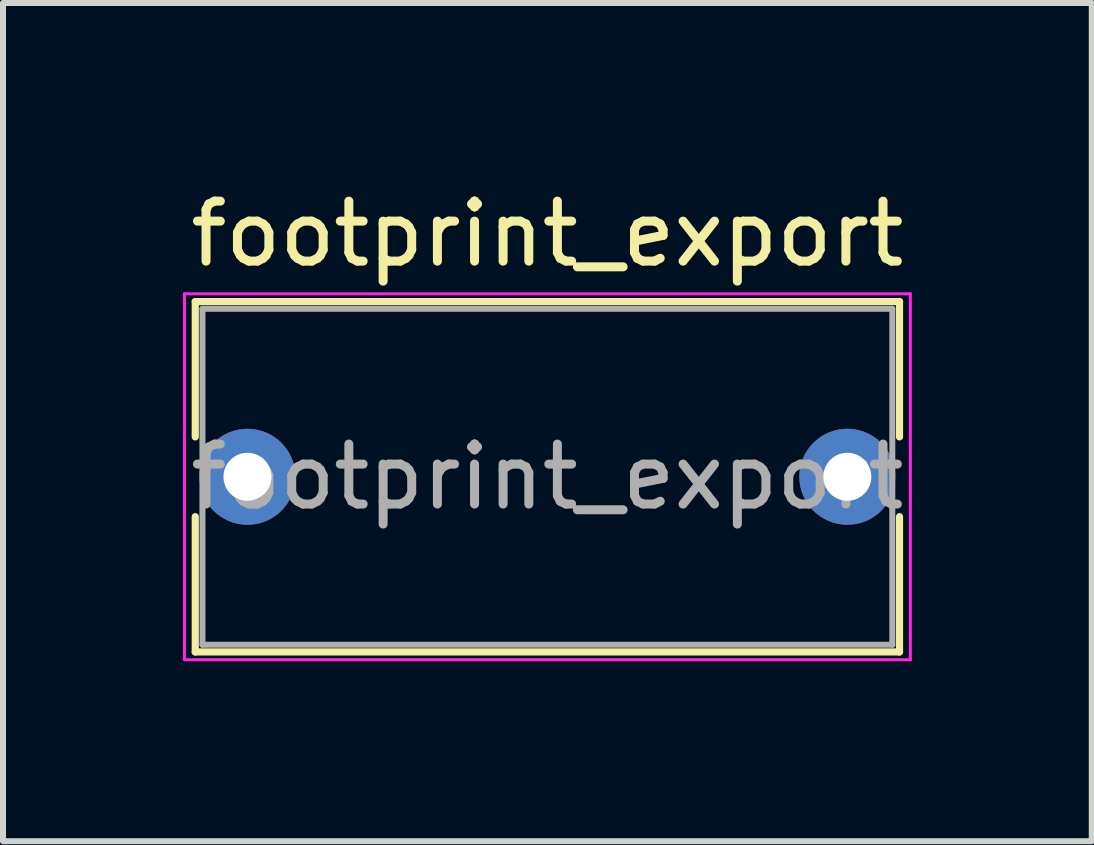
<source format=kicad_pcb>
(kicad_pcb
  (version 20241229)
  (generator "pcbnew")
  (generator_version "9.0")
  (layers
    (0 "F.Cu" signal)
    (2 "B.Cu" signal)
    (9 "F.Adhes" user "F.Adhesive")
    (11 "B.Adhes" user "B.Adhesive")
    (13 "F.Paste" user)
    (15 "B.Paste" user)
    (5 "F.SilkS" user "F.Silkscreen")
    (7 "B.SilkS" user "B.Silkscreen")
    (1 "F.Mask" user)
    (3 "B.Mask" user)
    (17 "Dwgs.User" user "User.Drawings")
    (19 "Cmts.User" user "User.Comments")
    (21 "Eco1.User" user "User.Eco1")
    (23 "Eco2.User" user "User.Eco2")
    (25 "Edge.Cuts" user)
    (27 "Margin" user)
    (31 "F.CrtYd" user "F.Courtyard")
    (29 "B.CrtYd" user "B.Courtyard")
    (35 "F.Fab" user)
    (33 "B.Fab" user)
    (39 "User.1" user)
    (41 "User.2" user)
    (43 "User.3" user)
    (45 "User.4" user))
  (footprint "footprint_export"
    (layer "F.Cu")
    (at 1.075 4.898)
    (property "Reference" "footprint_export" (at 5 -4.05 0) (layer "F.SilkS") (effects (font (size 1 1) (thickness 0.15))))
    (attr through_hole)
    (fp_line (start -0.87 -2.92) (end -0.87 -0.665) (stroke (width 0.12) (type solid)) (layer "F.SilkS"))
    (fp_line (start -0.87 -2.92) (end 10.87 -2.92) (stroke (width 0.12) (type solid)) (layer "F.SilkS"))
    (fp_line (start -0.87 0.665) (end -0.87 2.92) (stroke (width 0.12) (type solid)) (layer "F.SilkS"))
    (fp_line (start -0.87 2.92) (end 10.87 2.92) (stroke (width 0.12) (type solid)) (layer "F.SilkS"))
    (fp_line (start 10.87 -2.92) (end 10.87 -0.665) (stroke (width 0.12) (type solid)) (layer "F.SilkS"))
    (fp_line (start 10.87 0.665) (end 10.87 2.92) (stroke (width 0.12) (type solid)) (layer "F.SilkS"))
    (fp_line (start -1.05 -3.05) (end -1.05 3.05) (stroke (width 0.05) (type solid)) (layer "F.CrtYd"))
    (fp_line (start -1.05 3.05) (end 11.05 3.05) (stroke (width 0.05) (type solid)) (layer "F.CrtYd"))
    (fp_line (start 11.05 -3.05) (end -1.05 -3.05) (stroke (width 0.05) (type solid)) (layer "F.CrtYd"))
    (fp_line (start 11.05 3.05) (end 11.05 -3.05) (stroke (width 0.05) (type solid)) (layer "F.CrtYd"))
    (fp_line (start -0.75 -2.8) (end -0.75 2.8) (stroke (width 0.1) (type solid)) (layer "F.Fab"))
    (fp_line (start -0.75 2.8) (end 10.75 2.8) (stroke (width 0.1) (type solid)) (layer "F.Fab"))
    (fp_line (start 10.75 -2.8) (end -0.75 -2.8) (stroke (width 0.1) (type solid)) (layer "F.Fab"))
    (fp_line (start 10.75 2.8) (end 10.75 -2.8) (stroke (width 0.1) (type solid)) (layer "F.Fab"))
    (fp_text user "${REFERENCE}" (at 5 0 0) (layer "F.Fab") (effects (font (size 1 1) (thickness 0.15))))
    (pad "1" thru_hole circle (at 0 0) (size 1.6 1.6) (drill 0.8) (layers "*.Cu" "*.Mask"))
    (pad "2" thru_hole circle (at 10 0) (size 1.6 1.6) (drill 0.8) (layers "*.Cu" "*.Mask")))
  (gr_rect
    (start -3 -3)
    (end 15.15 10.973)
    (stroke (width 0.1) (type default))
    (fill no)
    (layer "Edge.Cuts")))
</source>
